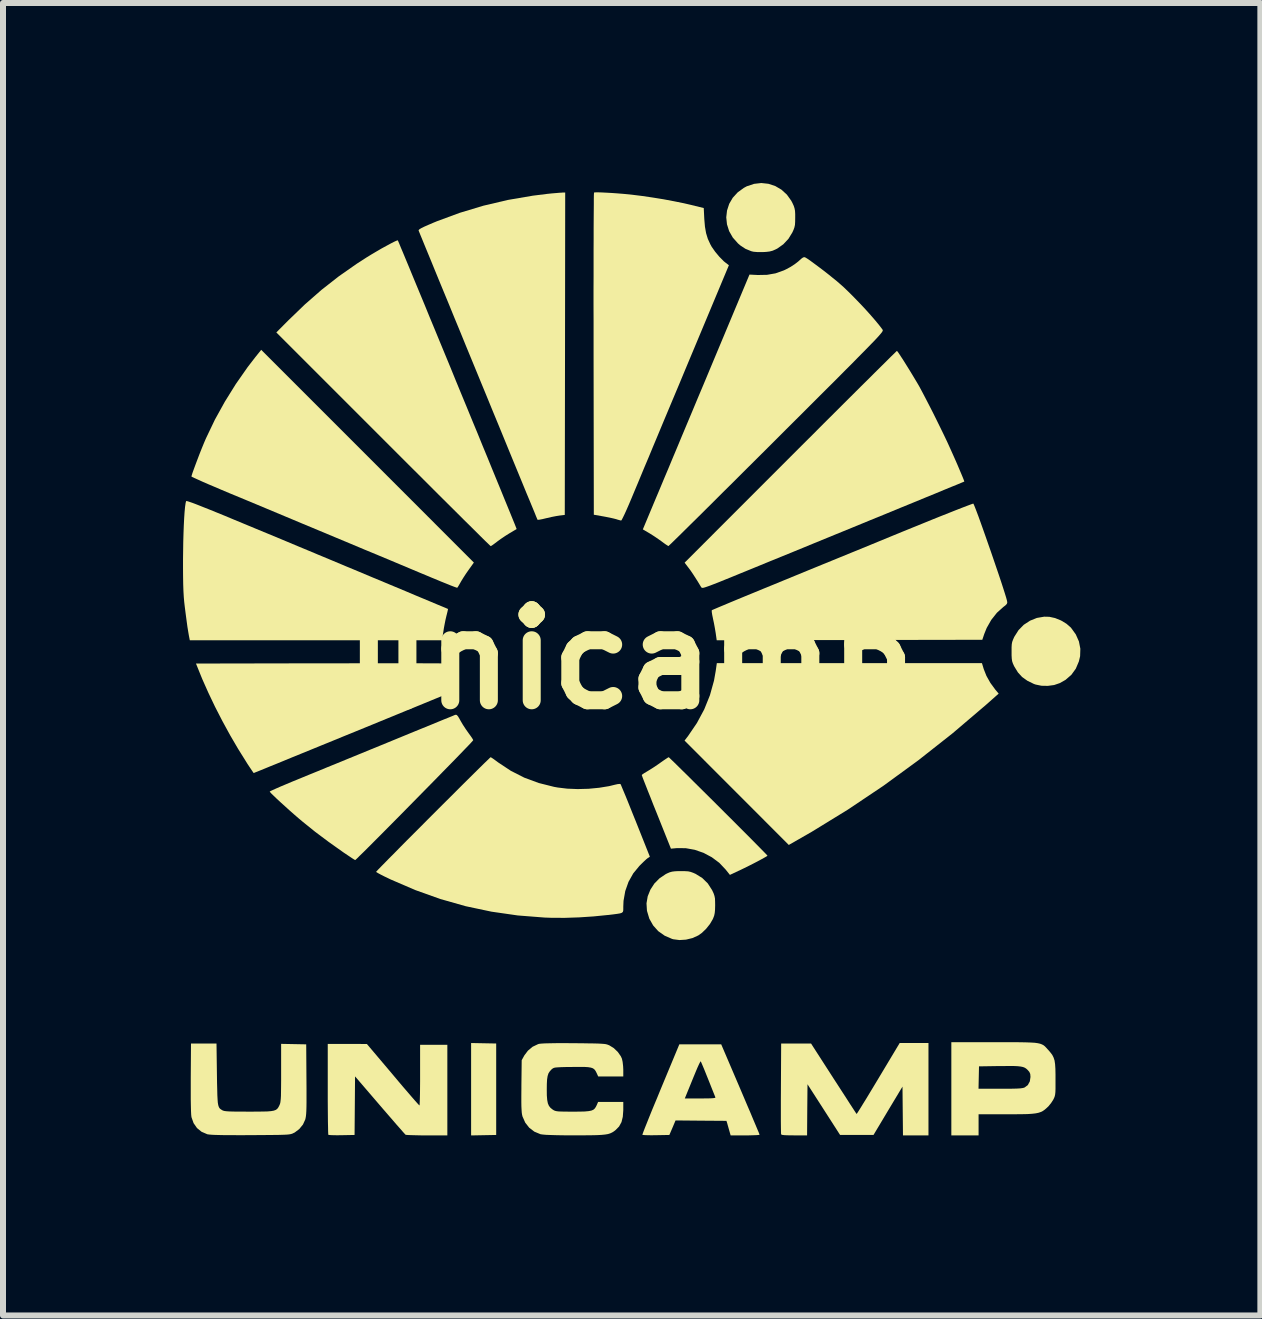
<source format=kicad_pcb>
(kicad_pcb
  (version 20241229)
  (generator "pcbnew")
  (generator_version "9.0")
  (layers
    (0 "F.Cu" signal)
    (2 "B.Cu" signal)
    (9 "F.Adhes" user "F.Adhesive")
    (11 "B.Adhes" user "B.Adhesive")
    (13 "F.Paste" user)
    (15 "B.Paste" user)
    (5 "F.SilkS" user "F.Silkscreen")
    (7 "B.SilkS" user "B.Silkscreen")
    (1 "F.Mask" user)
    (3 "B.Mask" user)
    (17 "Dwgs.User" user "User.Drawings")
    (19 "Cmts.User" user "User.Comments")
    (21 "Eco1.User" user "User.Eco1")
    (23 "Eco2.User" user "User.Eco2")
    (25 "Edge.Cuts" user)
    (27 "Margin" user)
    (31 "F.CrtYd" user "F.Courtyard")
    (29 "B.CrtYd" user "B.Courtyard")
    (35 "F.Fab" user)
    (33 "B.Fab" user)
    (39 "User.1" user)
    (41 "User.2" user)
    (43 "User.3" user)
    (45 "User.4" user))
  (footprint "unicamp"
    (layer "F.Cu")
    (at 7.454 7.942)
    (property "Reference" "unicamp" (at 0 0 0) (layer "F.SilkS") (effects (font (size 1.5 1.5) (thickness 0.3))))
    (attr board_only exclude_from_pos_files exclude_from_bom)
    (fp_poly (pts (xy -2.444 6.394) (xy -2.235 6.398) (xy -2.235 7.16) (xy -2.235 7.922) (xy -2.444 7.926) (xy -2.653 7.93) (xy -2.653 7.16) (xy -2.653 6.39)) (stroke (width 0) (type solid)) (fill yes) (layer "F.SilkS"))
    (fp_poly (pts (xy 5.89 0.158) (xy 5.935 0.272) (xy 6.001 0.389) (xy 6.081 0.498) (xy 6.082 0.5) (xy 6.139 0.567) (xy 5.929 0.753) (xy 5.37 1.229) (xy 4.799 1.679) (xy 4.218 2.103) (xy 3.626 2.5) (xy 3.025 2.869) (xy 2.797 3) (xy 2.641 3.089) (xy 1.773 2.22) (xy 0.904 1.35) (xy 0.963 1.273) (xy 1.11 1.057) (xy 1.232 0.83) (xy 1.327 0.594) (xy 1.395 0.35) (xy 1.423 0.192) (xy 1.442 0.059) (xy 3.651 0.059) (xy 5.86 0.059)) (stroke (width 0) (type solid)) (fill yes) (layer "F.SilkS"))
    (fp_poly (pts (xy 6.983 -0.713) (xy 7.079 -0.692) (xy 7.178 -0.652) (xy 7.269 -0.597) (xy 7.341 -0.534) (xy 7.344 -0.531) (xy 7.424 -0.42) (xy 7.476 -0.303) (xy 7.5 -0.181) (xy 7.496 -0.056) (xy 7.475 0.032) (xy 7.424 0.152) (xy 7.35 0.254) (xy 7.253 0.338) (xy 7.157 0.392) (xy 7.063 0.424) (xy 6.958 0.438) (xy 6.852 0.436) (xy 6.755 0.416) (xy 6.726 0.406) (xy 6.616 0.352) (xy 6.529 0.29) (xy 6.46 0.214) (xy 6.402 0.12) (xy 6.393 0.103) (xy 6.375 0.063) (xy 6.363 0.026) (xy 6.357 -0.016) (xy 6.354 -0.071) (xy 6.354 -0.132) (xy 6.354 -0.204) (xy 6.357 -0.255) (xy 6.364 -0.294) (xy 6.378 -0.332) (xy 6.398 -0.377) (xy 6.402 -0.384) (xy 6.47 -0.491) (xy 6.557 -0.58) (xy 6.661 -0.648) (xy 6.775 -0.694) (xy 6.897 -0.715)) (stroke (width 0) (type solid)) (fill yes) (layer "F.SilkS"))
    (fp_poly (pts (xy 2.302 -7.929) (xy 2.415 -7.892) (xy 2.519 -7.831) (xy 2.609 -7.749) (xy 2.682 -7.647) (xy 2.702 -7.609) (xy 2.724 -7.561) (xy 2.737 -7.52) (xy 2.745 -7.478) (xy 2.748 -7.424) (xy 2.748 -7.365) (xy 2.747 -7.295) (xy 2.744 -7.244) (xy 2.735 -7.203) (xy 2.72 -7.161) (xy 2.701 -7.119) (xy 2.636 -7.013) (xy 2.55 -6.921) (xy 2.45 -6.85) (xy 2.422 -6.836) (xy 2.372 -6.814) (xy 2.322 -6.801) (xy 2.264 -6.794) (xy 2.206 -6.791) (xy 2.121 -6.791) (xy 2.052 -6.797) (xy 2.015 -6.806) (xy 1.918 -6.846) (xy 1.836 -6.9) (xy 1.795 -6.935) (xy 1.708 -7.033) (xy 1.647 -7.14) (xy 1.611 -7.254) (xy 1.599 -7.37) (xy 1.612 -7.484) (xy 1.648 -7.595) (xy 1.707 -7.696) (xy 1.789 -7.786) (xy 1.892 -7.861) (xy 1.942 -7.888) (xy 2.062 -7.928) (xy 2.183 -7.942)) (stroke (width 0) (type solid)) (fill yes) (layer "F.SilkS"))
    (fp_poly (pts (xy 0.913 3.526) (xy 0.964 3.529) (xy 1.005 3.538) (xy 1.047 3.553) (xy 1.088 3.571) (xy 1.199 3.64) (xy 1.291 3.73) (xy 1.362 3.84) (xy 1.368 3.852) (xy 1.39 3.9) (xy 1.403 3.94) (xy 1.411 3.981) (xy 1.413 4.034) (xy 1.414 4.097) (xy 1.412 4.17) (xy 1.407 4.223) (xy 1.398 4.266) (xy 1.382 4.309) (xy 1.374 4.327) (xy 1.327 4.407) (xy 1.263 4.487) (xy 1.191 4.556) (xy 1.133 4.597) (xy 1.036 4.641) (xy 0.928 4.667) (xy 0.819 4.674) (xy 0.718 4.661) (xy 0.696 4.655) (xy 0.572 4.601) (xy 0.466 4.526) (xy 0.381 4.431) (xy 0.317 4.318) (xy 0.279 4.191) (xy 0.277 4.179) (xy 0.27 4.062) (xy 0.29 3.945) (xy 0.335 3.834) (xy 0.401 3.732) (xy 0.487 3.645) (xy 0.589 3.576) (xy 0.612 3.564) (xy 0.656 3.545) (xy 0.696 3.534) (xy 0.742 3.528) (xy 0.802 3.525) (xy 0.843 3.525)) (stroke (width 0) (type solid)) (fill yes) (layer "F.SilkS"))
    (fp_poly (pts (xy 4.969 7.16) (xy 4.969 7.929) (xy 4.756 7.929) (xy 4.544 7.929) (xy 4.54 7.523) (xy 4.536 7.116) (xy 4.294 7.519) (xy 4.053 7.922) (xy 3.774 7.922) (xy 3.496 7.922) (xy 3.225 7.5) (xy 2.953 7.077) (xy 2.949 7.503) (xy 2.946 7.929) (xy 2.733 7.929) (xy 2.642 7.928) (xy 2.578 7.926) (xy 2.537 7.922) (xy 2.517 7.915) (xy 2.513 7.911) (xy 2.512 7.893) (xy 2.511 7.849) (xy 2.51 7.781) (xy 2.509 7.692) (xy 2.509 7.585) (xy 2.509 7.464) (xy 2.509 7.329) (xy 2.51 7.186) (xy 2.51 7.145) (xy 2.514 6.398) (xy 2.763 6.398) (xy 3.012 6.398) (xy 3.388 6.982) (xy 3.464 7.099) (xy 3.535 7.209) (xy 3.6 7.309) (xy 3.656 7.397) (xy 3.703 7.469) (xy 3.739 7.524) (xy 3.762 7.559) (xy 3.771 7.572) (xy 3.78 7.561) (xy 3.802 7.527) (xy 3.836 7.473) (xy 3.88 7.401) (xy 3.934 7.314) (xy 3.995 7.213) (xy 4.062 7.102) (xy 4.133 6.984) (xy 4.489 6.39) (xy 4.729 6.39) (xy 4.969 6.39)) (stroke (width 0) (type solid)) (fill yes) (layer "F.SilkS"))
    (fp_poly (pts (xy -4.379 -3.39) (xy -2.607 -1.617) (xy -2.695 -1.494) (xy -2.739 -1.431) (xy -2.782 -1.365) (xy -2.817 -1.308) (xy -2.829 -1.287) (xy -2.854 -1.243) (xy -2.874 -1.21) (xy -2.884 -1.197) (xy -2.9 -1.201) (xy -2.939 -1.215) (xy -2.999 -1.238) (xy -3.075 -1.269) (xy -3.165 -1.305) (xy -3.265 -1.347) (xy -3.312 -1.366) (xy -3.402 -1.404) (xy -3.518 -1.452) (xy -3.658 -1.511) (xy -3.82 -1.579) (xy -4.003 -1.656) (xy -4.207 -1.741) (xy -4.429 -1.833) (xy -4.667 -1.933) (xy -4.921 -2.039) (xy -5.189 -2.151) (xy -5.47 -2.268) (xy -5.761 -2.39) (xy -6.062 -2.516) (xy -6.371 -2.645) (xy -6.68 -2.773) (xy -6.808 -2.827) (xy -6.927 -2.878) (xy -7.036 -2.924) (xy -7.13 -2.965) (xy -7.207 -3) (xy -7.266 -3.026) (xy -7.302 -3.044) (xy -7.314 -3.051) (xy -7.308 -3.074) (xy -7.294 -3.118) (xy -7.271 -3.181) (xy -7.243 -3.257) (xy -7.211 -3.342) (xy -7.177 -3.431) (xy -7.142 -3.519) (xy -7.108 -3.602) (xy -7.077 -3.675) (xy -7.065 -3.701) (xy -6.923 -3.998) (xy -6.757 -4.298) (xy -6.574 -4.592) (xy -6.377 -4.874) (xy -6.249 -5.04) (xy -6.151 -5.162)) (stroke (width 0) (type solid)) (fill yes) (layer "F.SilkS"))
    (fp_poly (pts (xy -4.716 6.405) (xy -4.39 6.406) (xy -3.957 6.918) (xy -3.869 7.023) (xy -3.786 7.121) (xy -3.71 7.209) (xy -3.644 7.286) (xy -3.59 7.348) (xy -3.548 7.395) (xy -3.522 7.423) (xy -3.514 7.431) (xy -3.511 7.417) (xy -3.509 7.377) (xy -3.507 7.314) (xy -3.505 7.232) (xy -3.504 7.134) (xy -3.503 7.024) (xy -3.503 6.925) (xy -3.503 6.42) (xy -3.276 6.42) (xy -3.049 6.42) (xy -3.049 7.174) (xy -3.049 7.929) (xy -3.389 7.929) (xy -3.487 7.929) (xy -3.575 7.927) (xy -3.649 7.925) (xy -3.705 7.923) (xy -3.738 7.92) (xy -3.746 7.918) (xy -3.758 7.905) (xy -3.788 7.872) (xy -3.832 7.821) (xy -3.89 7.756) (xy -3.958 7.677) (xy -4.036 7.587) (xy -4.12 7.49) (xy -4.174 7.427) (xy -4.587 6.946) (xy -4.591 7.434) (xy -4.595 7.922) (xy -4.808 7.926) (xy -4.885 7.927) (xy -4.95 7.926) (xy -5 7.924) (xy -5.028 7.921) (xy -5.032 7.92) (xy -5.034 7.904) (xy -5.036 7.861) (xy -5.037 7.794) (xy -5.039 7.707) (xy -5.04 7.601) (xy -5.041 7.481) (xy -5.042 7.347) (xy -5.042 7.204) (xy -5.042 7.157) (xy -5.042 6.405)) (stroke (width 0) (type solid)) (fill yes) (layer "F.SilkS"))
    (fp_poly (pts (xy -1.088 -5.097) (xy -1.092 -2.411) (xy -1.182 -2.4) (xy -1.238 -2.391) (xy -1.31 -2.377) (xy -1.384 -2.36) (xy -1.406 -2.355) (xy -1.464 -2.341) (xy -1.511 -2.332) (xy -1.54 -2.329) (xy -1.546 -2.33) (xy -1.552 -2.344) (xy -1.569 -2.384) (xy -1.595 -2.449) (xy -1.631 -2.536) (xy -1.676 -2.645) (xy -1.73 -2.774) (xy -1.791 -2.923) (xy -1.859 -3.088) (xy -1.934 -3.27) (xy -2.015 -3.467) (xy -2.101 -3.677) (xy -2.192 -3.899) (xy -2.288 -4.131) (xy -2.387 -4.373) (xy -2.49 -4.623) (xy -2.536 -4.735) (xy -2.64 -4.988) (xy -2.741 -5.233) (xy -2.838 -5.471) (xy -2.932 -5.698) (xy -3.02 -5.914) (xy -3.104 -6.117) (xy -3.182 -6.306) (xy -3.253 -6.479) (xy -3.317 -6.636) (xy -3.374 -6.774) (xy -3.423 -6.893) (xy -3.463 -6.991) (xy -3.494 -7.066) (xy -3.515 -7.118) (xy -3.526 -7.145) (xy -3.528 -7.148) (xy -3.526 -7.159) (xy -3.513 -7.172) (xy -3.483 -7.19) (xy -3.437 -7.213) (xy -3.369 -7.243) (xy -3.278 -7.282) (xy -3.222 -7.305) (xy -2.843 -7.445) (xy -2.448 -7.564) (xy -2.04 -7.66) (xy -1.624 -7.731) (xy -1.384 -7.761) (xy -1.306 -7.769) (xy -1.234 -7.775) (xy -1.175 -7.78) (xy -1.137 -7.782) (xy -1.132 -7.783) (xy -1.085 -7.783)) (stroke (width 0) (type solid)) (fill yes) (layer "F.SilkS"))
    (fp_poly (pts (xy 0.652 1.637) (xy 0.682 1.666) (xy 0.73 1.712) (xy 0.792 1.773) (xy 0.867 1.847) (xy 0.954 1.932) (xy 1.049 2.027) (xy 1.152 2.129) (xy 1.26 2.236) (xy 1.372 2.347) (xy 1.485 2.46) (xy 1.598 2.573) (xy 1.709 2.683) (xy 1.815 2.79) (xy 1.915 2.89) (xy 2.008 2.983) (xy 2.09 3.066) (xy 2.16 3.137) (xy 2.217 3.195) (xy 2.258 3.237) (xy 2.281 3.262) (xy 2.286 3.268) (xy 2.274 3.278) (xy 2.239 3.298) (xy 2.187 3.327) (xy 2.122 3.362) (xy 2.049 3.4) (xy 1.972 3.439) (xy 1.895 3.477) (xy 1.823 3.512) (xy 1.809 3.518) (xy 1.66 3.588) (xy 1.588 3.498) (xy 1.483 3.387) (xy 1.358 3.294) (xy 1.221 3.221) (xy 1.074 3.17) (xy 0.924 3.143) (xy 0.775 3.142) (xy 0.775 3.142) (xy 0.677 3.151) (xy 0.434 2.543) (xy 0.383 2.417) (xy 0.337 2.299) (xy 0.294 2.192) (xy 0.258 2.1) (xy 0.228 2.024) (xy 0.206 1.967) (xy 0.194 1.933) (xy 0.191 1.924) (xy 0.203 1.912) (xy 0.234 1.891) (xy 0.276 1.866) (xy 0.324 1.837) (xy 0.387 1.797) (xy 0.454 1.752) (xy 0.495 1.723) (xy 0.549 1.685) (xy 0.595 1.654) (xy 0.627 1.633) (xy 0.64 1.627)) (stroke (width 0) (type solid)) (fill yes) (layer "F.SilkS"))
    (fp_poly (pts (xy -3.892 0.061) (xy -3.724 0.061) (xy -3.573 0.061) (xy -3.442 0.062) (xy -3.332 0.062) (xy -3.246 0.062) (xy -3.184 0.063) (xy -3.149 0.063) (xy -3.141 0.064) (xy -3.137 0.08) (xy -3.129 0.118) (xy -3.12 0.172) (xy -3.115 0.207) (xy -3.101 0.284) (xy -3.085 0.367) (xy -3.068 0.44) (xy -3.065 0.454) (xy -3.051 0.506) (xy -3.042 0.545) (xy -3.038 0.565) (xy -3.038 0.565) (xy -3.052 0.571) (xy -3.091 0.587) (xy -3.153 0.613) (xy -3.236 0.647) (xy -3.338 0.689) (xy -3.457 0.738) (xy -3.591 0.793) (xy -3.738 0.853) (xy -3.896 0.918) (xy -4.062 0.986) (xy -4.235 1.057) (xy -4.413 1.13) (xy -4.594 1.204) (xy -4.776 1.278) (xy -4.956 1.352) (xy -5.133 1.424) (xy -5.304 1.494) (xy -5.468 1.561) (xy -5.623 1.624) (xy -5.766 1.683) (xy -5.895 1.736) (xy -6.009 1.782) (xy -6.106 1.822) (xy -6.182 1.853) (xy -6.238 1.875) (xy -6.269 1.888) (xy -6.276 1.891) (xy -6.285 1.879) (xy -6.307 1.847) (xy -6.34 1.798) (xy -6.38 1.738) (xy -6.406 1.696) (xy -6.536 1.488) (xy -6.668 1.262) (xy -6.797 1.026) (xy -6.92 0.787) (xy -7.032 0.552) (xy -7.131 0.33) (xy -7.158 0.264) (xy -7.238 0.066) (xy -5.192 0.062) (xy -4.95 0.062) (xy -4.715 0.062) (xy -4.491 0.061) (xy -4.278 0.061) (xy -4.078 0.061)) (stroke (width 0) (type solid)) (fill yes) (layer "F.SilkS"))
    (fp_poly (pts (xy -7.387 -2.641) (xy -7.366 -2.635) (xy -7.336 -2.625) (xy -7.295 -2.611) (xy -7.242 -2.591) (xy -7.176 -2.565) (xy -7.096 -2.533) (xy -7 -2.495) (xy -6.887 -2.449) (xy -6.757 -2.396) (xy -6.609 -2.334) (xy -6.44 -2.264) (xy -6.25 -2.185) (xy -6.037 -2.097) (xy -5.801 -1.999) (xy -5.541 -1.89) (xy -5.255 -1.771) (xy -5.218 -1.755) (xy -4.977 -1.655) (xy -4.744 -1.557) (xy -4.52 -1.464) (xy -4.306 -1.374) (xy -4.104 -1.29) (xy -3.915 -1.211) (xy -3.74 -1.138) (xy -3.582 -1.071) (xy -3.44 -1.012) (xy -3.318 -0.961) (xy -3.216 -0.918) (xy -3.136 -0.885) (xy -3.078 -0.861) (xy -3.046 -0.847) (xy -3.038 -0.844) (xy -3.04 -0.83) (xy -3.048 -0.794) (xy -3.06 -0.745) (xy -3.063 -0.734) (xy -3.08 -0.662) (xy -3.096 -0.581) (xy -3.107 -0.522) (xy -3.116 -0.462) (xy -3.125 -0.407) (xy -3.13 -0.37) (xy -3.138 -0.322) (xy -5.239 -0.322) (xy -7.341 -0.322) (xy -7.356 -0.399) (xy -7.367 -0.463) (xy -7.381 -0.549) (xy -7.395 -0.652) (xy -7.41 -0.765) (xy -7.425 -0.883) (xy -7.434 -0.96) (xy -7.441 -1.04) (xy -7.447 -1.141) (xy -7.451 -1.257) (xy -7.453 -1.387) (xy -7.454 -1.526) (xy -7.454 -1.67) (xy -7.452 -1.817) (xy -7.45 -1.963) (xy -7.446 -2.103) (xy -7.441 -2.235) (xy -7.435 -2.355) (xy -7.428 -2.459) (xy -7.42 -2.545) (xy -7.411 -2.607) (xy -7.403 -2.64) (xy -7.399 -2.642)) (stroke (width 0) (type solid)) (fill yes) (layer "F.SilkS"))
    (fp_poly (pts (xy 5.727 -2.579) (xy 5.745 -2.535) (xy 5.77 -2.47) (xy 5.802 -2.385) (xy 5.838 -2.285) (xy 5.878 -2.173) (xy 5.921 -2.051) (xy 5.966 -1.922) (xy 6.012 -1.791) (xy 6.057 -1.659) (xy 6.101 -1.53) (xy 6.143 -1.407) (xy 6.181 -1.293) (xy 6.214 -1.191) (xy 6.242 -1.103) (xy 6.263 -1.035) (xy 6.276 -0.987) (xy 6.279 -0.974) (xy 6.282 -0.948) (xy 6.274 -0.927) (xy 6.251 -0.903) (xy 6.217 -0.877) (xy 6.109 -0.78) (xy 6.015 -0.661) (xy 5.939 -0.527) (xy 5.899 -0.428) (xy 5.866 -0.33) (xy 3.653 -0.326) (xy 1.44 -0.322) (xy 1.423 -0.443) (xy 1.41 -0.52) (xy 1.394 -0.607) (xy 1.377 -0.686) (xy 1.377 -0.688) (xy 1.365 -0.745) (xy 1.358 -0.791) (xy 1.357 -0.818) (xy 1.359 -0.823) (xy 1.374 -0.83) (xy 1.414 -0.847) (xy 1.477 -0.874) (xy 1.561 -0.909) (xy 1.663 -0.952) (xy 1.781 -1.001) (xy 1.914 -1.056) (xy 2.058 -1.115) (xy 2.213 -1.179) (xy 2.36 -1.239) (xy 2.54 -1.313) (xy 2.742 -1.396) (xy 2.961 -1.486) (xy 3.193 -1.581) (xy 3.433 -1.679) (xy 3.675 -1.778) (xy 3.915 -1.876) (xy 4.148 -1.972) (xy 4.369 -2.063) (xy 4.527 -2.128) (xy 4.704 -2.2) (xy 4.872 -2.268) (xy 5.031 -2.333) (xy 5.178 -2.392) (xy 5.312 -2.445) (xy 5.43 -2.492) (xy 5.53 -2.531) (xy 5.611 -2.562) (xy 5.67 -2.584) (xy 5.706 -2.597) (xy 5.717 -2.599)) (stroke (width 0) (type solid)) (fill yes) (layer "F.SilkS"))
    (fp_poly (pts (xy -0.478 -7.785) (xy -0.399 -7.781) (xy -0.308 -7.776) (xy -0.211 -7.769) (xy -0.112 -7.761) (xy -0.016 -7.752) (xy 0.037 -7.746) (xy 0.198 -7.726) (xy 0.374 -7.7) (xy 0.554 -7.671) (xy 0.729 -7.638) (xy 0.892 -7.605) (xy 1.004 -7.579) (xy 1.224 -7.525) (xy 1.233 -7.342) (xy 1.244 -7.214) (xy 1.263 -7.106) (xy 1.292 -7.011) (xy 1.334 -6.92) (xy 1.356 -6.88) (xy 1.414 -6.797) (xy 1.484 -6.713) (xy 1.557 -6.639) (xy 1.594 -6.609) (xy 1.643 -6.572) (xy 0.908 -4.814) (xy 0.815 -4.59) (xy 0.722 -4.369) (xy 0.631 -4.152) (xy 0.543 -3.942) (xy 0.459 -3.74) (xy 0.379 -3.549) (xy 0.305 -3.37) (xy 0.236 -3.207) (xy 0.175 -3.06) (xy 0.122 -2.932) (xy 0.077 -2.825) (xy 0.042 -2.741) (xy 0.019 -2.686) (xy -0.022 -2.589) (xy -0.06 -2.502) (xy -0.094 -2.427) (xy -0.122 -2.369) (xy -0.141 -2.332) (xy -0.152 -2.317) (xy -0.152 -2.317) (xy -0.175 -2.322) (xy -0.214 -2.333) (xy -0.235 -2.34) (xy -0.278 -2.351) (xy -0.34 -2.365) (xy -0.411 -2.379) (xy -0.454 -2.387) (xy -0.608 -2.414) (xy -0.612 -5.094) (xy -0.612 -5.372) (xy -0.612 -5.642) (xy -0.613 -5.903) (xy -0.613 -6.153) (xy -0.612 -6.391) (xy -0.612 -6.615) (xy -0.612 -6.824) (xy -0.611 -7.016) (xy -0.611 -7.191) (xy -0.61 -7.345) (xy -0.609 -7.479) (xy -0.608 -7.591) (xy -0.608 -7.678) (xy -0.607 -7.74) (xy -0.605 -7.775) (xy -0.605 -7.783) (xy -0.586 -7.786) (xy -0.542 -7.787)) (stroke (width 0) (type solid)) (fill yes) (layer "F.SilkS"))
    (fp_poly (pts (xy 1.835 7.16) (xy 1.894 7.299) (xy 1.95 7.431) (xy 2.002 7.552) (xy 2.047 7.66) (xy 2.086 7.752) (xy 2.117 7.826) (xy 2.14 7.88) (xy 2.152 7.911) (xy 2.154 7.918) (xy 2.141 7.922) (xy 2.102 7.925) (xy 2.044 7.927) (xy 1.972 7.929) (xy 1.913 7.929) (xy 1.672 7.929) (xy 1.648 7.845) (xy 1.633 7.792) (xy 1.62 7.746) (xy 1.614 7.724) (xy 1.602 7.687) (xy 1.178 7.684) (xy 0.754 7.68) (xy 0.703 7.801) (xy 0.651 7.922) (xy 0.429 7.926) (xy 0.352 7.927) (xy 0.285 7.926) (xy 0.235 7.924) (xy 0.206 7.921) (xy 0.201 7.919) (xy 0.206 7.903) (xy 0.22 7.864) (xy 0.244 7.802) (xy 0.277 7.72) (xy 0.316 7.622) (xy 0.362 7.508) (xy 0.414 7.383) (xy 0.443 7.314) (xy 0.908 7.314) (xy 1.167 7.314) (xy 1.263 7.313) (xy 1.333 7.312) (xy 1.38 7.309) (xy 1.408 7.305) (xy 1.418 7.299) (xy 1.418 7.295) (xy 1.363 7.158) (xy 1.314 7.034) (xy 1.27 6.925) (xy 1.234 6.835) (xy 1.205 6.766) (xy 1.185 6.719) (xy 1.174 6.696) (xy 1.173 6.695) (xy 1.165 6.704) (xy 1.148 6.737) (xy 1.124 6.789) (xy 1.095 6.857) (xy 1.062 6.937) (xy 1.056 6.951) (xy 1.021 7.037) (xy 0.989 7.116) (xy 0.961 7.184) (xy 0.94 7.236) (xy 0.928 7.265) (xy 0.928 7.266) (xy 0.908 7.314) (xy 0.443 7.314) (xy 0.47 7.248) (xy 0.506 7.16) (xy 0.817 6.412) (xy 1.166 6.412) (xy 1.515 6.412)) (stroke (width 0) (type solid)) (fill yes) (layer "F.SilkS"))
    (fp_poly (pts (xy -3.875 -6.987) (xy -3.868 -6.972) (xy -3.851 -6.933) (xy -3.825 -6.869) (xy -3.789 -6.784) (xy -3.745 -6.678) (xy -3.693 -6.553) (xy -3.635 -6.412) (xy -3.57 -6.255) (xy -3.499 -6.084) (xy -3.423 -5.901) (xy -3.344 -5.707) (xy -3.26 -5.505) (xy -3.174 -5.296) (xy -3.085 -5.081) (xy -2.995 -4.863) (xy -2.905 -4.642) (xy -2.814 -4.421) (xy -2.723 -4.201) (xy -2.634 -3.984) (xy -2.546 -3.772) (xy -2.462 -3.565) (xy -2.38 -3.367) (xy -2.303 -3.178) (xy -2.23 -3) (xy -2.162 -2.835) (xy -2.101 -2.685) (xy -2.046 -2.551) (xy -1.998 -2.434) (xy -1.959 -2.338) (xy -1.928 -2.262) (xy -1.907 -2.209) (xy -1.896 -2.18) (xy -1.894 -2.176) (xy -1.908 -2.167) (xy -1.941 -2.148) (xy -1.987 -2.12) (xy -2.015 -2.104) (xy -2.082 -2.062) (xy -2.153 -2.014) (xy -2.214 -1.97) (xy -2.223 -1.963) (xy -2.268 -1.929) (xy -2.303 -1.904) (xy -2.324 -1.891) (xy -2.326 -1.891) (xy -2.338 -1.901) (xy -2.369 -1.931) (xy -2.419 -1.979) (xy -2.486 -2.045) (xy -2.569 -2.128) (xy -2.668 -2.226) (xy -2.782 -2.338) (xy -2.908 -2.464) (xy -3.047 -2.602) (xy -3.197 -2.751) (xy -3.357 -2.911) (xy -3.525 -3.079) (xy -3.702 -3.255) (xy -3.886 -3.439) (xy -4.075 -3.628) (xy -4.118 -3.671) (xy -5.899 -5.452) (xy -5.701 -5.651) (xy -5.423 -5.919) (xy -5.144 -6.163) (xy -4.858 -6.387) (xy -4.561 -6.595) (xy -4.392 -6.704) (xy -4.312 -6.753) (xy -4.229 -6.802) (xy -4.147 -6.85) (xy -4.068 -6.893) (xy -3.998 -6.931) (xy -3.94 -6.961) (xy -3.898 -6.98) (xy -3.877 -6.987)) (stroke (width 0) (type solid)) (fill yes) (layer "F.SilkS"))
    (fp_poly (pts (xy 6.064 6.376) (xy 6.235 6.376) (xy 6.379 6.376) (xy 6.5 6.377) (xy 6.598 6.379) (xy 6.678 6.382) (xy 6.742 6.386) (xy 6.792 6.393) (xy 6.831 6.402) (xy 6.862 6.414) (xy 6.888 6.428) (xy 6.91 6.446) (xy 6.931 6.468) (xy 6.955 6.495) (xy 6.96 6.499) (xy 7 6.546) (xy 7.032 6.588) (xy 7.054 6.632) (xy 7.07 6.681) (xy 7.079 6.742) (xy 7.084 6.818) (xy 7.086 6.916) (xy 7.086 6.984) (xy 7.086 7.081) (xy 7.086 7.154) (xy 7.084 7.207) (xy 7.08 7.246) (xy 7.074 7.275) (xy 7.065 7.3) (xy 7.053 7.325) (xy 7.047 7.337) (xy 7.012 7.391) (xy 6.967 7.446) (xy 6.938 7.473) (xy 6.907 7.5) (xy 6.876 7.522) (xy 6.842 7.539) (xy 6.804 7.552) (xy 6.756 7.562) (xy 6.695 7.569) (xy 6.619 7.574) (xy 6.523 7.576) (xy 6.405 7.577) (xy 6.263 7.577) (xy 5.804 7.577) (xy 5.804 7.753) (xy 5.804 7.929) (xy 5.577 7.929) (xy 5.35 7.929) (xy 5.35 7.152) (xy 5.803 7.152) (xy 6.164 7.152) (xy 6.282 7.152) (xy 6.375 7.151) (xy 6.445 7.149) (xy 6.497 7.146) (xy 6.534 7.141) (xy 6.56 7.135) (xy 6.572 7.13) (xy 6.625 7.09) (xy 6.658 7.029) (xy 6.669 6.955) (xy 6.665 6.906) (xy 6.65 6.871) (xy 6.62 6.837) (xy 6.598 6.817) (xy 6.575 6.802) (xy 6.545 6.79) (xy 6.507 6.782) (xy 6.456 6.776) (xy 6.389 6.773) (xy 6.301 6.773) (xy 6.19 6.774) (xy 6.126 6.774) (xy 5.811 6.779) (xy 5.807 6.966) (xy 5.803 7.152) (xy 5.35 7.152) (xy 5.35 6.376)) (stroke (width 0) (type solid)) (fill yes) (layer "F.SilkS"))
    (fp_poly (pts (xy 4.454 -5.133) (xy 4.478 -5.099) (xy 4.512 -5.047) (xy 4.555 -4.981) (xy 4.603 -4.904) (xy 4.656 -4.819) (xy 4.71 -4.73) (xy 4.764 -4.64) (xy 4.782 -4.61) (xy 4.819 -4.546) (xy 4.865 -4.46) (xy 4.919 -4.357) (xy 4.979 -4.241) (xy 5.042 -4.118) (xy 5.105 -3.991) (xy 5.167 -3.865) (xy 5.225 -3.746) (xy 5.277 -3.637) (xy 5.295 -3.598) (xy 5.333 -3.514) (xy 5.373 -3.425) (xy 5.414 -3.333) (xy 5.453 -3.244) (xy 5.488 -3.161) (xy 5.519 -3.088) (xy 5.544 -3.028) (xy 5.56 -2.987) (xy 5.566 -2.968) (xy 5.566 -2.967) (xy 5.552 -2.961) (xy 5.511 -2.944) (xy 5.444 -2.916) (xy 5.35 -2.878) (xy 5.231 -2.829) (xy 5.087 -2.769) (xy 4.918 -2.7) (xy 4.724 -2.62) (xy 4.506 -2.531) (xy 4.264 -2.431) (xy 3.999 -2.323) (xy 3.71 -2.204) (xy 3.399 -2.077) (xy 3.065 -1.94) (xy 2.71 -1.794) (xy 2.332 -1.64) (xy 1.996 -1.502) (xy 1.829 -1.434) (xy 1.688 -1.376) (xy 1.569 -1.328) (xy 1.471 -1.288) (xy 1.391 -1.257) (xy 1.329 -1.233) (xy 1.281 -1.216) (xy 1.245 -1.204) (xy 1.22 -1.197) (xy 1.203 -1.195) (xy 1.193 -1.197) (xy 1.186 -1.201) (xy 1.181 -1.207) (xy 1.181 -1.207) (xy 1.123 -1.303) (xy 1.075 -1.378) (xy 1.036 -1.438) (xy 1.001 -1.489) (xy 0.97 -1.53) (xy 0.905 -1.615) (xy 2.669 -3.38) (xy 2.859 -3.57) (xy 3.043 -3.753) (xy 3.22 -3.931) (xy 3.39 -4.1) (xy 3.551 -4.261) (xy 3.702 -4.411) (xy 3.842 -4.551) (xy 3.971 -4.678) (xy 4.086 -4.793) (xy 4.187 -4.893) (xy 4.273 -4.978) (xy 4.342 -5.047) (xy 4.395 -5.098) (xy 4.428 -5.131) (xy 4.443 -5.144) (xy 4.443 -5.144)) (stroke (width 0) (type solid)) (fill yes) (layer "F.SilkS"))
    (fp_poly (pts (xy -2.889 0.926) (xy -2.87 0.948) (xy -2.845 0.99) (xy -2.83 1.018) (xy -2.79 1.086) (xy -2.741 1.161) (xy -2.695 1.226) (xy -2.695 1.226) (xy -2.66 1.274) (xy -2.633 1.314) (xy -2.619 1.339) (xy -2.618 1.343) (xy -2.628 1.356) (xy -2.656 1.387) (xy -2.702 1.436) (xy -2.764 1.5) (xy -2.839 1.578) (xy -2.926 1.668) (xy -3.024 1.768) (xy -3.13 1.876) (xy -3.243 1.992) (xy -3.361 2.112) (xy -3.483 2.236) (xy -3.606 2.361) (xy -3.729 2.486) (xy -3.85 2.609) (xy -3.968 2.728) (xy -4.081 2.842) (xy -4.186 2.948) (xy -4.283 3.045) (xy -4.37 3.132) (xy -4.444 3.206) (xy -4.505 3.265) (xy -4.549 3.309) (xy -4.577 3.335) (xy -4.585 3.341) (xy -4.6 3.333) (xy -4.635 3.311) (xy -4.684 3.278) (xy -4.745 3.237) (xy -4.778 3.215) (xy -5.026 3.039) (xy -5.253 2.869) (xy -5.46 2.702) (xy -5.528 2.645) (xy -5.602 2.581) (xy -5.678 2.514) (xy -5.753 2.446) (xy -5.825 2.381) (xy -5.889 2.322) (xy -5.942 2.271) (xy -5.982 2.232) (xy -6.005 2.207) (xy -6.009 2.2) (xy -5.996 2.191) (xy -5.959 2.174) (xy -5.902 2.148) (xy -5.829 2.116) (xy -5.741 2.079) (xy -5.644 2.038) (xy -5.632 2.033) (xy -5.558 2.003) (xy -5.461 1.963) (xy -5.342 1.914) (xy -5.204 1.858) (xy -5.052 1.795) (xy -4.887 1.728) (xy -4.712 1.656) (xy -4.531 1.582) (xy -4.346 1.506) (xy -4.16 1.43) (xy -4.104 1.407) (xy -3.929 1.335) (xy -3.761 1.266) (xy -3.603 1.201) (xy -3.456 1.141) (xy -3.323 1.087) (xy -3.205 1.038) (xy -3.105 0.997) (xy -3.025 0.965) (xy -2.966 0.941) (xy -2.931 0.926) (xy -2.921 0.922) (xy -2.904 0.919)) (stroke (width 0) (type solid)) (fill yes) (layer "F.SilkS"))
    (fp_poly (pts (xy -2.312 1.635) (xy -2.279 1.657) (xy -2.234 1.69) (xy -2.203 1.713) (xy -1.992 1.853) (xy -1.766 1.968) (xy -1.525 2.057) (xy -1.27 2.121) (xy -1.209 2.132) (xy -1.051 2.151) (xy -0.877 2.158) (xy -0.696 2.153) (xy -0.519 2.136) (xy -0.353 2.109) (xy -0.259 2.086) (xy -0.209 2.075) (xy -0.174 2.072) (xy -0.163 2.075) (xy -0.155 2.091) (xy -0.138 2.132) (xy -0.112 2.194) (xy -0.078 2.275) (xy -0.039 2.371) (xy 0.005 2.481) (xy 0.053 2.601) (xy 0.088 2.687) (xy 0.326 3.285) (xy 0.291 3.308) (xy 0.266 3.328) (xy 0.227 3.364) (xy 0.181 3.409) (xy 0.151 3.439) (xy 0.049 3.563) (xy -0.03 3.704) (xy -0.084 3.857) (xy -0.113 4.021) (xy -0.117 4.117) (xy -0.117 4.155) (xy -0.118 4.184) (xy -0.124 4.204) (xy -0.14 4.219) (xy -0.169 4.229) (xy -0.216 4.237) (xy -0.283 4.246) (xy -0.375 4.257) (xy -0.381 4.257) (xy -0.612 4.28) (xy -0.852 4.296) (xy -1.091 4.304) (xy -1.317 4.303) (xy -1.429 4.299) (xy -1.875 4.264) (xy -2.313 4.201) (xy -2.743 4.11) (xy -3.166 3.99) (xy -3.583 3.841) (xy -3.994 3.664) (xy -4.027 3.648) (xy -4.098 3.614) (xy -4.159 3.583) (xy -4.205 3.558) (xy -4.231 3.542) (xy -4.236 3.537) (xy -4.226 3.525) (xy -4.197 3.494) (xy -4.15 3.446) (xy -4.088 3.383) (xy -4.013 3.306) (xy -3.925 3.218) (xy -3.828 3.119) (xy -3.722 3.012) (xy -3.609 2.899) (xy -3.491 2.781) (xy -3.371 2.66) (xy -3.249 2.538) (xy -3.128 2.417) (xy -3.008 2.298) (xy -2.893 2.183) (xy -2.784 2.074) (xy -2.682 1.973) (xy -2.59 1.882) (xy -2.508 1.801) (xy -2.44 1.734) (xy -2.386 1.682) (xy -2.349 1.646) (xy -2.33 1.628) (xy -2.328 1.627)) (stroke (width 0) (type solid)) (fill yes) (layer "F.SilkS"))
    (fp_poly (pts (xy -6.889 6.911) (xy -6.887 7.052) (xy -6.884 7.167) (xy -6.882 7.259) (xy -6.878 7.331) (xy -6.874 7.385) (xy -6.867 7.425) (xy -6.858 7.453) (xy -6.847 7.474) (xy -6.832 7.489) (xy -6.814 7.501) (xy -6.8 7.51) (xy -6.784 7.517) (xy -6.761 7.523) (xy -6.729 7.527) (xy -6.683 7.53) (xy -6.62 7.532) (xy -6.536 7.533) (xy -6.429 7.533) (xy -6.362 7.534) (xy -6.232 7.533) (xy -6.129 7.532) (xy -6.048 7.53) (xy -5.987 7.525) (xy -5.942 7.517) (xy -5.909 7.505) (xy -5.886 7.489) (xy -5.869 7.468) (xy -5.854 7.441) (xy -5.847 7.426) (xy -5.839 7.407) (xy -5.833 7.386) (xy -5.829 7.359) (xy -5.825 7.322) (xy -5.822 7.273) (xy -5.821 7.208) (xy -5.82 7.123) (xy -5.819 7.016) (xy -5.819 6.885) (xy -5.819 6.404) (xy -5.61 6.408) (xy -5.401 6.412) (xy -5.397 6.998) (xy -5.396 7.15) (xy -5.396 7.275) (xy -5.396 7.377) (xy -5.397 7.458) (xy -5.399 7.522) (xy -5.402 7.572) (xy -5.406 7.61) (xy -5.411 7.639) (xy -5.416 7.662) (xy -5.455 7.748) (xy -5.517 7.824) (xy -5.593 7.881) (xy -5.614 7.891) (xy -5.63 7.899) (xy -5.648 7.905) (xy -5.67 7.91) (xy -5.698 7.914) (xy -5.736 7.917) (xy -5.786 7.919) (xy -5.851 7.921) (xy -5.934 7.922) (xy -6.037 7.923) (xy -6.165 7.924) (xy -6.318 7.925) (xy -6.332 7.925) (xy -6.501 7.926) (xy -6.643 7.925) (xy -6.76 7.925) (xy -6.855 7.923) (xy -6.929 7.921) (xy -6.985 7.918) (xy -7.025 7.914) (xy -7.051 7.91) (xy -7.052 7.909) (xy -7.145 7.869) (xy -7.221 7.807) (xy -7.278 7.725) (xy -7.312 7.629) (xy -7.314 7.62) (xy -7.318 7.584) (xy -7.321 7.521) (xy -7.323 7.435) (xy -7.325 7.328) (xy -7.325 7.202) (xy -7.325 7.061) (xy -7.325 6.969) (xy -7.321 6.398) (xy -7.108 6.398) (xy -6.896 6.398)) (stroke (width 0) (type solid)) (fill yes) (layer "F.SilkS"))
    (fp_poly (pts (xy 2.915 -6.702) (xy 2.925 -6.697) (xy 2.957 -6.677) (xy 3.007 -6.642) (xy 3.071 -6.595) (xy 3.145 -6.54) (xy 3.223 -6.481) (xy 3.301 -6.42) (xy 3.375 -6.36) (xy 3.441 -6.307) (xy 3.478 -6.275) (xy 3.554 -6.208) (xy 3.639 -6.126) (xy 3.731 -6.034) (xy 3.825 -5.937) (xy 3.918 -5.838) (xy 4.005 -5.741) (xy 4.083 -5.651) (xy 4.148 -5.572) (xy 4.197 -5.508) (xy 4.204 -5.498) (xy 4.206 -5.493) (xy 4.208 -5.488) (xy 4.207 -5.482) (xy 4.203 -5.472) (xy 4.196 -5.46) (xy 4.183 -5.443) (xy 4.165 -5.421) (xy 4.14 -5.392) (xy 4.108 -5.357) (xy 4.067 -5.313) (xy 4.016 -5.261) (xy 3.956 -5.199) (xy 3.884 -5.126) (xy 3.8 -5.041) (xy 3.704 -4.943) (xy 3.593 -4.832) (xy 3.468 -4.706) (xy 3.327 -4.565) (xy 3.169 -4.408) (xy 2.994 -4.233) (xy 2.801 -4.04) (xy 2.588 -3.828) (xy 2.437 -3.677) (xy 2.246 -3.486) (xy 2.06 -3.301) (xy 1.881 -3.123) (xy 1.71 -2.952) (xy 1.547 -2.791) (xy 1.395 -2.639) (xy 1.253 -2.498) (xy 1.123 -2.369) (xy 1.006 -2.254) (xy 0.903 -2.152) (xy 0.815 -2.065) (xy 0.743 -1.995) (xy 0.689 -1.942) (xy 0.653 -1.908) (xy 0.636 -1.892) (xy 0.635 -1.892) (xy 0.619 -1.901) (xy 0.585 -1.923) (xy 0.541 -1.955) (xy 0.528 -1.965) (xy 0.466 -2.009) (xy 0.394 -2.058) (xy 0.326 -2.101) (xy 0.321 -2.104) (xy 0.209 -2.17) (xy 0.431 -2.701) (xy 0.467 -2.786) (xy 0.513 -2.896) (xy 0.568 -3.028) (xy 0.632 -3.179) (xy 0.702 -3.348) (xy 0.779 -3.531) (xy 0.86 -3.726) (xy 0.946 -3.931) (xy 1.035 -4.143) (xy 1.125 -4.359) (xy 1.217 -4.577) (xy 1.308 -4.795) (xy 1.32 -4.824) (xy 1.986 -6.416) (xy 2.125 -6.409) (xy 2.279 -6.412) (xy 2.421 -6.437) (xy 2.561 -6.487) (xy 2.604 -6.508) (xy 2.672 -6.545) (xy 2.741 -6.59) (xy 2.798 -6.634) (xy 2.807 -6.642) (xy 2.849 -6.68) (xy 2.877 -6.7) (xy 2.897 -6.707)) (stroke (width 0) (type solid)) (fill yes) (layer "F.SilkS"))
    (fp_poly (pts (xy -0.941 6.393) (xy -0.802 6.394) (xy -0.69 6.396) (xy -0.601 6.397) (xy -0.532 6.399) (xy -0.478 6.402) (xy -0.438 6.405) (xy -0.408 6.409) (xy -0.385 6.415) (xy -0.366 6.422) (xy -0.349 6.429) (xy -0.275 6.475) (xy -0.209 6.538) (xy -0.159 6.609) (xy -0.14 6.65) (xy -0.128 6.704) (xy -0.12 6.774) (xy -0.117 6.833) (xy -0.117 6.947) (xy -0.326 6.947) (xy -0.535 6.947) (xy -0.562 6.888) (xy -0.579 6.855) (xy -0.597 6.831) (xy -0.622 6.812) (xy -0.656 6.8) (xy -0.705 6.792) (xy -0.77 6.788) (xy -0.857 6.788) (xy -0.97 6.789) (xy -0.974 6.789) (xy -1.075 6.79) (xy -1.151 6.792) (xy -1.206 6.795) (xy -1.244 6.798) (xy -1.27 6.803) (xy -1.288 6.811) (xy -1.302 6.821) (xy -1.313 6.83) (xy -1.342 6.862) (xy -1.364 6.896) (xy -1.378 6.94) (xy -1.387 6.997) (xy -1.391 7.073) (xy -1.392 7.163) (xy -1.391 7.263) (xy -1.385 7.338) (xy -1.374 7.395) (xy -1.356 7.437) (xy -1.33 7.47) (xy -1.294 7.499) (xy -1.291 7.5) (xy -1.273 7.512) (xy -1.253 7.52) (xy -1.228 7.526) (xy -1.193 7.53) (xy -1.144 7.532) (xy -1.075 7.533) (xy -0.983 7.534) (xy -0.956 7.534) (xy -0.846 7.533) (xy -0.76 7.531) (xy -0.696 7.525) (xy -0.649 7.516) (xy -0.616 7.502) (xy -0.592 7.481) (xy -0.574 7.454) (xy -0.561 7.428) (xy -0.537 7.372) (xy -0.327 7.372) (xy -0.117 7.372) (xy -0.117 7.508) (xy -0.125 7.619) (xy -0.147 7.708) (xy -0.187 7.781) (xy -0.244 7.839) (xy -0.273 7.862) (xy -0.302 7.88) (xy -0.334 7.895) (xy -0.372 7.907) (xy -0.42 7.915) (xy -0.481 7.921) (xy -0.558 7.925) (xy -0.654 7.927) (xy -0.773 7.928) (xy -0.917 7.928) (xy -0.937 7.928) (xy -1.093 7.928) (xy -1.221 7.926) (xy -1.324 7.923) (xy -1.403 7.92) (xy -1.459 7.915) (xy -1.495 7.91) (xy -1.498 7.909) (xy -1.599 7.867) (xy -1.684 7.802) (xy -1.751 7.717) (xy -1.796 7.615) (xy -1.797 7.612) (xy -1.804 7.583) (xy -1.809 7.549) (xy -1.812 7.504) (xy -1.815 7.446) (xy -1.816 7.371) (xy -1.816 7.274) (xy -1.815 7.153) (xy -1.815 7.105) (xy -1.81 6.676) (xy -1.765 6.595) (xy -1.706 6.517) (xy -1.628 6.452) (xy -1.54 6.41) (xy -1.522 6.404) (xy -1.488 6.4) (xy -1.425 6.396) (xy -1.336 6.394) (xy -1.219 6.392) (xy -1.077 6.392)) (stroke (width 0) (type solid)) (fill yes) (layer "F.SilkS")))
  (gr_rect
    (start -3 -3)
    (end 17.954 18.872)
    (stroke (width 0.1) (type default))
    (fill no)
    (layer "Edge.Cuts")))
</source>
